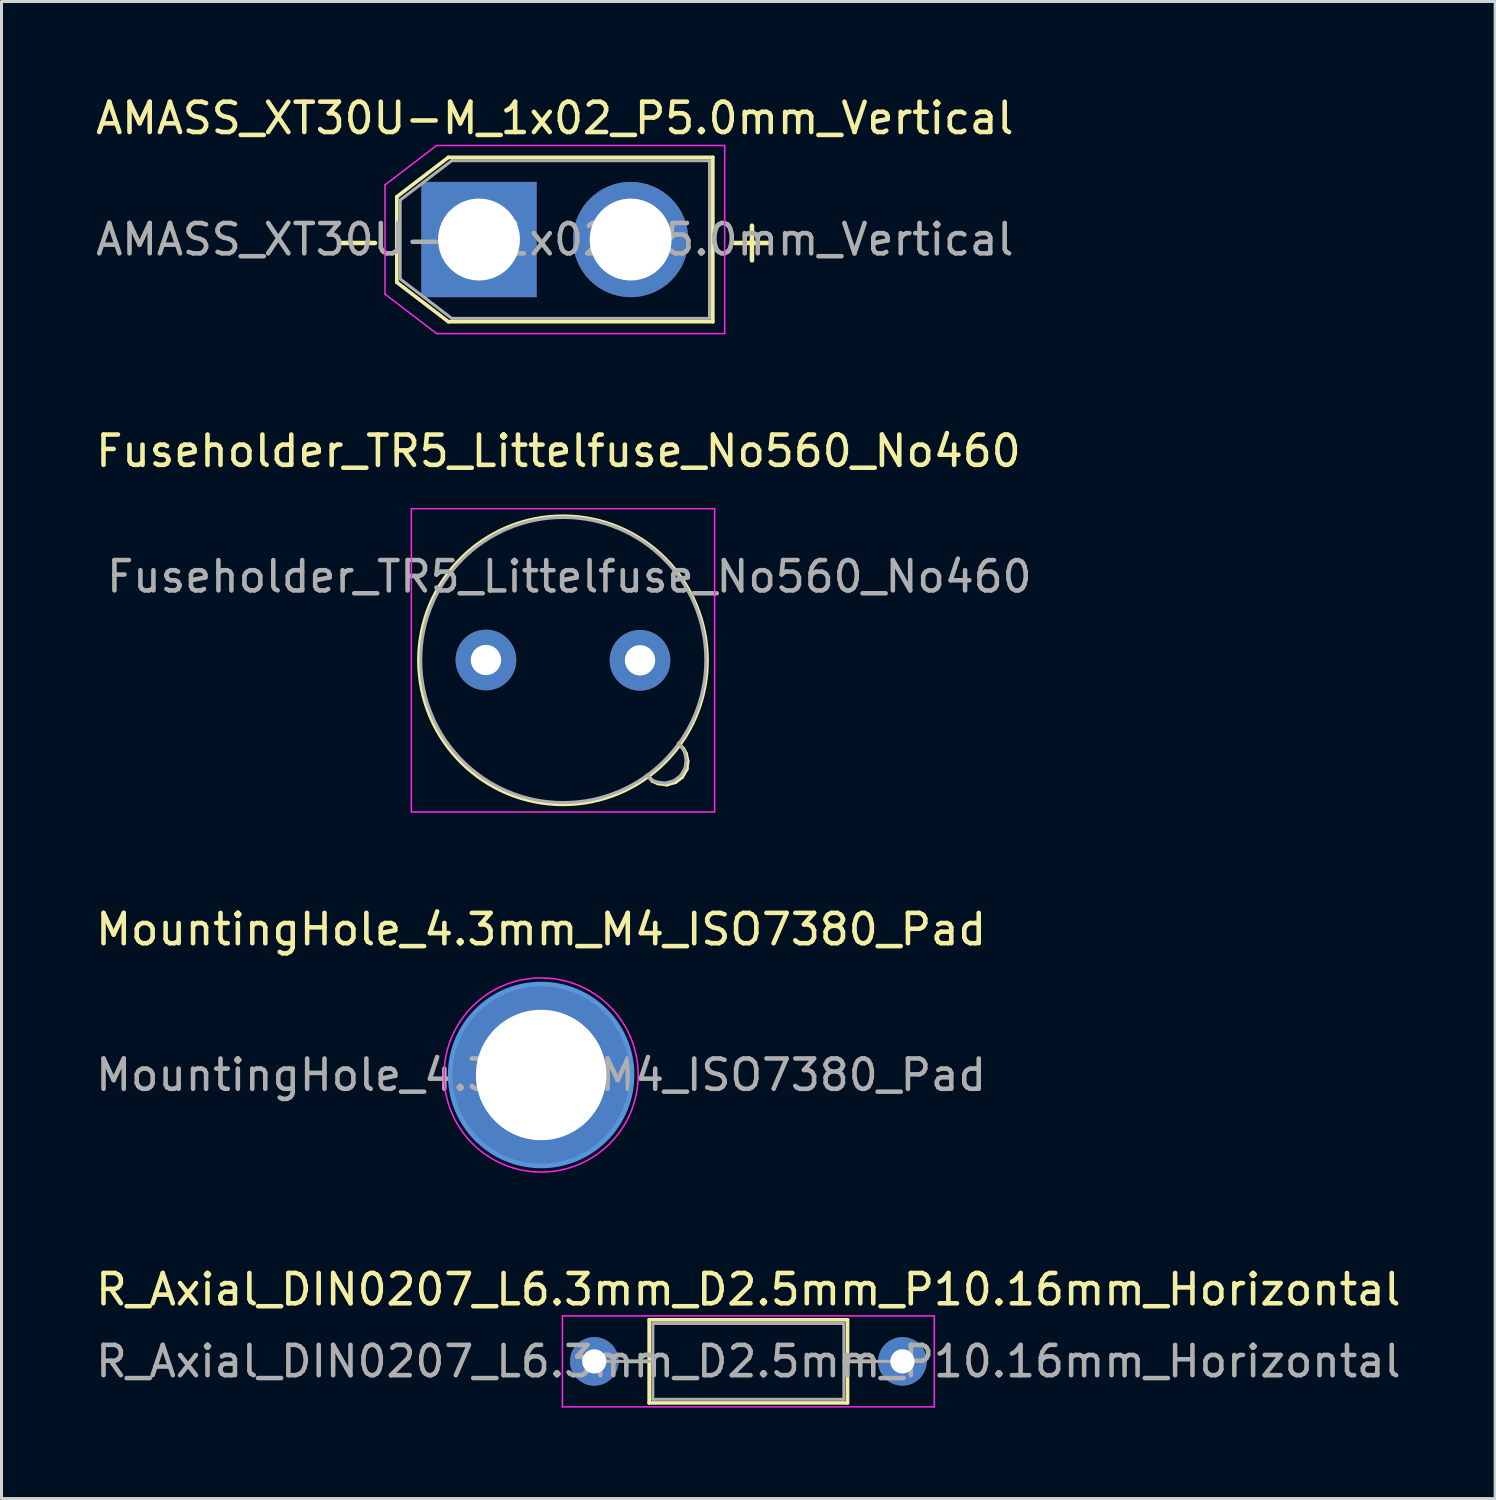
<source format=kicad_pcb>
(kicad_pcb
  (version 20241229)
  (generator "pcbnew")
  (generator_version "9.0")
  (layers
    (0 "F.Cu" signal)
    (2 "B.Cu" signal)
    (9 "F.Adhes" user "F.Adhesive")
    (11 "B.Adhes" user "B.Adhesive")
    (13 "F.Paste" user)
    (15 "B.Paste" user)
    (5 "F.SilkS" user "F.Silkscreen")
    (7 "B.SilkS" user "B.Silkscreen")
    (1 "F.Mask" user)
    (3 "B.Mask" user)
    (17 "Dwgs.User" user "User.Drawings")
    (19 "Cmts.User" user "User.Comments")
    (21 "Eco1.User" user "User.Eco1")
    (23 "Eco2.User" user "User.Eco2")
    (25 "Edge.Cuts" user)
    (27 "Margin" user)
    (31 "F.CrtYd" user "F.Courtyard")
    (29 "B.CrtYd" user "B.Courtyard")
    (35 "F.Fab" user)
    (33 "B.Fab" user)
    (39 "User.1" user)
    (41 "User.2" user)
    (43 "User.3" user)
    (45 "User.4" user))
  (footprint "R_Axial_DIN0207_L6.3mm_D2.5mm_P10.16mm_Horizontal"
    (layer "F.Cu")
    (at 16.545 41.838)
    (property "Reference" "R_Axial_DIN0207_L6.3mm_D2.5mm_P10.16mm_Horizontal" (at 5.08 -2.37 0) (layer "F.SilkS") (effects (font (size 1 1) (thickness 0.15))))
    (attr through_hole)
    (fp_line (start 1.04 0) (end 1.81 0) (stroke (width 0.12) (type solid)) (layer "F.SilkS"))
    (fp_line (start 1.81 -1.37) (end 1.81 1.37) (stroke (width 0.12) (type solid)) (layer "F.SilkS"))
    (fp_line (start 1.81 1.37) (end 8.35 1.37) (stroke (width 0.12) (type solid)) (layer "F.SilkS"))
    (fp_line (start 8.35 -1.37) (end 1.81 -1.37) (stroke (width 0.12) (type solid)) (layer "F.SilkS"))
    (fp_line (start 8.35 1.37) (end 8.35 -1.37) (stroke (width 0.12) (type solid)) (layer "F.SilkS"))
    (fp_line (start 9.12 0) (end 8.35 0) (stroke (width 0.12) (type solid)) (layer "F.SilkS"))
    (fp_line (start -1.05 -1.5) (end -1.05 1.5) (stroke (width 0.05) (type solid)) (layer "F.CrtYd"))
    (fp_line (start -1.05 1.5) (end 11.21 1.5) (stroke (width 0.05) (type solid)) (layer "F.CrtYd"))
    (fp_line (start 11.21 -1.5) (end -1.05 -1.5) (stroke (width 0.05) (type solid)) (layer "F.CrtYd"))
    (fp_line (start 11.21 1.5) (end 11.21 -1.5) (stroke (width 0.05) (type solid)) (layer "F.CrtYd"))
    (fp_line (start 0 0) (end 1.93 0) (stroke (width 0.1) (type solid)) (layer "F.Fab"))
    (fp_line (start 1.93 -1.25) (end 1.93 1.25) (stroke (width 0.1) (type solid)) (layer "F.Fab"))
    (fp_line (start 1.93 1.25) (end 8.23 1.25) (stroke (width 0.1) (type solid)) (layer "F.Fab"))
    (fp_line (start 8.23 -1.25) (end 1.93 -1.25) (stroke (width 0.1) (type solid)) (layer "F.Fab"))
    (fp_line (start 8.23 1.25) (end 8.23 -1.25) (stroke (width 0.1) (type solid)) (layer "F.Fab"))
    (fp_line (start 10.16 0) (end 8.23 0) (stroke (width 0.1) (type solid)) (layer "F.Fab"))
    (fp_text user "${REFERENCE}" (at 5.08 0 0) (layer "F.Fab") (effects (font (size 1 1) (thickness 0.15))))
    (pad "1" thru_hole circle (at 0 0) (size 1.6 1.6) (drill 0.8) (layers "*.Cu" "*.Mask"))
    (pad "2" thru_hole oval (at 10.16 0) (size 1.6 1.6) (drill 0.8) (layers "*.Cu" "*.Mask")))
  (footprint "AMASS_XT30U-M_1x02_P5.0mm_Vertical"
    (layer "F.Cu")
    (at 12.744 4.848)
    (property "Reference" "AMASS_XT30U-M_1x02_P5.0mm_Vertical" (at 2.5 -4 0) (layer "F.SilkS") (effects (font (size 1 1) (thickness 0.15))))
    (attr through_hole)
    (fp_line (start -2.71 -1.41) (end -2.71 1.41) (stroke (width 0.12) (type solid)) (layer "F.SilkS"))
    (fp_line (start -2.71 -1.41) (end -1.01 -2.71) (stroke (width 0.12) (type solid)) (layer "F.SilkS"))
    (fp_line (start -2.71 1.41) (end -1.01 2.71) (stroke (width 0.12) (type solid)) (layer "F.SilkS"))
    (fp_line (start -1.01 -2.71) (end 7.71 -2.71) (stroke (width 0.12) (type solid)) (layer "F.SilkS"))
    (fp_line (start -1.01 2.71) (end 7.71 2.71) (stroke (width 0.12) (type solid)) (layer "F.SilkS"))
    (fp_line (start 7.71 -2.71) (end 7.71 2.71) (stroke (width 0.12) (type solid)) (layer "F.SilkS"))
    (fp_line (start -3.1 -1.8) (end -3.1 1.8) (stroke (width 0.05) (type solid)) (layer "F.CrtYd"))
    (fp_line (start -3.1 -1.8) (end -1.4 -3.1) (stroke (width 0.05) (type solid)) (layer "F.CrtYd"))
    (fp_line (start -3.1 1.8) (end -1.4 3.1) (stroke (width 0.05) (type solid)) (layer "F.CrtYd"))
    (fp_line (start -1.4 -3.1) (end 8.1 -3.1) (stroke (width 0.05) (type solid)) (layer "F.CrtYd"))
    (fp_line (start -1.4 3.1) (end 8.1 3.1) (stroke (width 0.05) (type solid)) (layer "F.CrtYd"))
    (fp_line (start 8.1 -3.1) (end 8.1 3.1) (stroke (width 0.05) (type solid)) (layer "F.CrtYd"))
    (fp_line (start -2.6 -1.3) (end -2.6 1.3) (stroke (width 0.1) (type solid)) (layer "F.Fab"))
    (fp_line (start -2.6 -1.3) (end -0.9 -2.6) (stroke (width 0.1) (type solid)) (layer "F.Fab"))
    (fp_line (start -2.6 1.3) (end -0.9 2.6) (stroke (width 0.1) (type solid)) (layer "F.Fab"))
    (fp_line (start -0.9 -2.6) (end 7.6 -2.6) (stroke (width 0.1) (type solid)) (layer "F.Fab"))
    (fp_line (start -0.9 2.6) (end 7.6 2.6) (stroke (width 0.1) (type solid)) (layer "F.Fab"))
    (fp_line (start 7.6 -2.6) (end 7.6 2.6) (stroke (width 0.1) (type solid)) (layer "F.Fab"))
    (fp_text user "-" (at -4 0 0) (layer "F.SilkS") (effects (font (size 1.5 1.5) (thickness 0.15))))
    (fp_text user "+" (at 9 0 0) (layer "F.SilkS") (effects (font (size 1.5 1.5) (thickness 0.15))))
    (fp_text user "${REFERENCE}" (at 2.5 0 0) (layer "F.Fab") (effects (font (size 1 1) (thickness 0.15))))
    (pad "1" thru_hole rect (at 0 0) (size 3.8 3.8) (drill 2.7) (layers "*.Cu" "*.Mask"))
    (pad "2" thru_hole circle (at 5 0) (size 3.8 3.8) (drill 2.7) (layers "*.Cu" "*.Mask")))
  (footprint "MountingHole_4.3mm_M4_ISO7380_Pad"
    (layer "F.Cu")
    (at 14.792 32.395)
    (property "Reference" "MountingHole_4.3mm_M4_ISO7380_Pad" (at 0 -4.8 0) (layer "F.SilkS") (effects (font (size 1 1) (thickness 0.15))))
    (attr exclude_from_pos_files)
    (fp_circle (center 0 0) (end 3 0) (stroke (width 0.15) (type solid)) (fill no) (layer "Cmts.User"))
    (fp_circle (center 0 0) (end 3.2 0) (stroke (width 0.05) (type solid)) (fill no) (layer "F.CrtYd"))
    (fp_text user "${REFERENCE}" (at 0 0 0) (layer "F.Fab") (effects (font (size 1 1) (thickness 0.15))))
    (pad "1" thru_hole circle (at 0 0) (size 6 6) (drill 4.3) (layers "*.Cu" "*.Mask")))
  (footprint "Fuseholder_TR5_Littelfuse_No560_No460"
    (layer "F.Cu")
    (at 12.973 18.712)
    (property "Reference" "Fuseholder_TR5_Littelfuse_No560_No460" (at 2.39 -6.89 0) (layer "F.SilkS") (effects (font (size 1 1) (thickness 0.15))))
    (attr through_hole)
    (fp_line (start 5.49 3.99) (end 5.36 3.84) (stroke (width 0.12) (type solid)) (layer "F.SilkS"))
    (fp_line (start 5.67 4.07) (end 5.49 3.99) (stroke (width 0.12) (type solid)) (layer "F.SilkS"))
    (fp_line (start 5.96 4.11) (end 5.67 4.07) (stroke (width 0.12) (type solid)) (layer "F.SilkS"))
    (fp_line (start 6.25 4.03) (end 5.96 4.11) (stroke (width 0.12) (type solid)) (layer "F.SilkS"))
    (fp_line (start 6.39 2.79) (end 6.51 2.93) (stroke (width 0.12) (type solid)) (layer "F.SilkS"))
    (fp_line (start 6.47 3.86) (end 6.25 4.03) (stroke (width 0.12) (type solid)) (layer "F.SilkS"))
    (fp_line (start 6.51 2.93) (end 6.6 3.09) (stroke (width 0.12) (type solid)) (layer "F.SilkS"))
    (fp_line (start 6.6 3.09) (end 6.65 3.34) (stroke (width 0.12) (type solid)) (layer "F.SilkS"))
    (fp_line (start 6.62 3.6) (end 6.47 3.86) (stroke (width 0.12) (type solid)) (layer "F.SilkS"))
    (fp_line (start 6.65 3.34) (end 6.62 3.6) (stroke (width 0.12) (type solid)) (layer "F.SilkS"))
    (fp_circle (center 2.54 0.01) (end 7.29 0.01) (stroke (width 0.12) (type solid)) (fill no) (layer "F.SilkS"))
    (fp_line (start -2.46 -4.99) (end -2.46 5.01) (stroke (width 0.05) (type solid)) (layer "F.CrtYd"))
    (fp_line (start -2.46 -4.99) (end 7.54 -4.99) (stroke (width 0.05) (type solid)) (layer "F.CrtYd"))
    (fp_line (start 7.54 5.01) (end -2.46 5.01) (stroke (width 0.05) (type solid)) (layer "F.CrtYd"))
    (fp_line (start 7.54 5.01) (end 7.54 -4.99) (stroke (width 0.05) (type solid)) (layer "F.CrtYd"))
    (fp_line (start 5.44 3.94) (end 5.31 3.79) (stroke (width 0.1) (type solid)) (layer "F.Fab"))
    (fp_line (start 5.62 4.02) (end 5.44 3.94) (stroke (width 0.1) (type solid)) (layer "F.Fab"))
    (fp_line (start 5.91 4.06) (end 5.62 4.02) (stroke (width 0.1) (type solid)) (layer "F.Fab"))
    (fp_line (start 6.2 3.98) (end 5.91 4.06) (stroke (width 0.1) (type solid)) (layer "F.Fab"))
    (fp_line (start 6.34 2.74) (end 6.46 2.88) (stroke (width 0.1) (type solid)) (layer "F.Fab"))
    (fp_line (start 6.42 3.81) (end 6.2 3.98) (stroke (width 0.1) (type solid)) (layer "F.Fab"))
    (fp_line (start 6.46 2.88) (end 6.55 3.04) (stroke (width 0.1) (type solid)) (layer "F.Fab"))
    (fp_line (start 6.55 3.04) (end 6.6 3.29) (stroke (width 0.1) (type solid)) (layer "F.Fab"))
    (fp_line (start 6.57 3.55) (end 6.42 3.81) (stroke (width 0.1) (type solid)) (layer "F.Fab"))
    (fp_line (start 6.6 3.29) (end 6.57 3.55) (stroke (width 0.1) (type solid)) (layer "F.Fab"))
    (fp_circle (center 2.55 0) (end 7.25 0) (stroke (width 0.1) (type solid)) (fill no) (layer "F.Fab"))
    (fp_text user "${REFERENCE}" (at 2.75 -2.75 0) (layer "F.Fab") (effects (font (size 1 1) (thickness 0.15))))
    (pad "1" thru_hole circle (at 0 0) (size 2 2) (drill 1) (layers "*.Cu" "*.Mask"))
    (pad "2" thru_hole circle (at 5.08 0.01) (size 2 2) (drill 1) (layers "*.Cu" "*.Mask")))
  (gr_rect
    (start -3 -3)
    (end 46.25 46.363)
    (stroke (width 0.1) (type default))
    (fill no)
    (layer "Edge.Cuts")))
</source>
